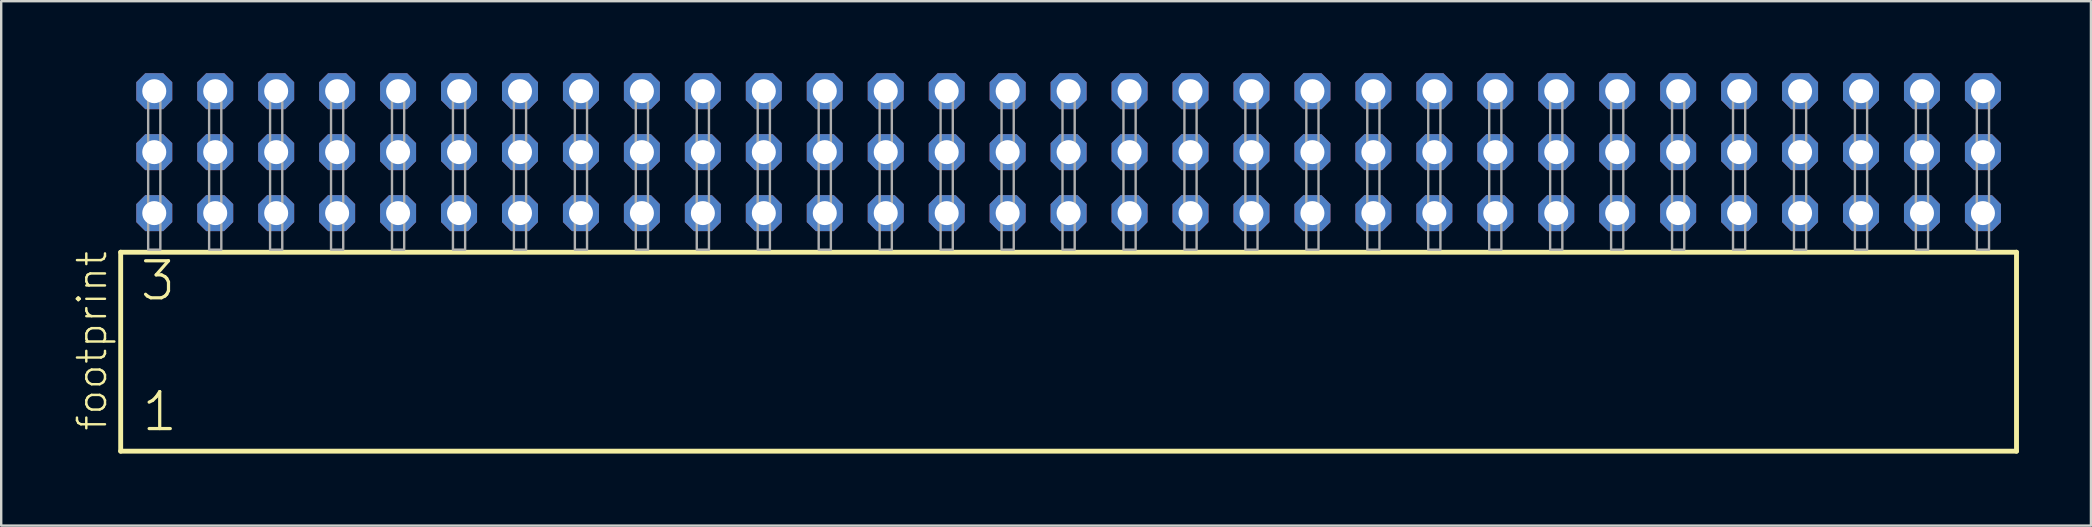
<source format=kicad_pcb>
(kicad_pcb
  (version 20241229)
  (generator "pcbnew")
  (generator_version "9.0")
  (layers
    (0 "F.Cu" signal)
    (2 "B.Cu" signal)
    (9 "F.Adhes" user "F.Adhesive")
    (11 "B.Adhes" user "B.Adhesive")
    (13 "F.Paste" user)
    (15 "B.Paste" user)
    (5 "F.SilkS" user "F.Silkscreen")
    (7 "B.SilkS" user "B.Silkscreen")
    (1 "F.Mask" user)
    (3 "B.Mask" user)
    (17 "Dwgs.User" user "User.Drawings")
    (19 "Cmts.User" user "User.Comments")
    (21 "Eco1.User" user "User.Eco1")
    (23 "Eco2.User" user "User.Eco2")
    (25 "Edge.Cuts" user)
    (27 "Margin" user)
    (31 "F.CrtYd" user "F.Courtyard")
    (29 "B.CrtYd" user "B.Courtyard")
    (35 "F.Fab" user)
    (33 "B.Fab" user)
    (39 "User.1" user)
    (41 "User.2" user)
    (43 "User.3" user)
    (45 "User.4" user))
  (footprint "footprint"
    (layer "F.Cu")
    (at 41.478 7.354)
    (property "Reference" "footprint" (at -40.005 7.62 90) (layer "F.SilkS") (effects (font (size 1.168 1.168) (thickness 0.102)) (justify left bottom)))
    (fp_line (start -39.499 0.106) (end -39.499 8.396) (stroke (width 0.203) (type solid)) (layer "F.SilkS"))
    (fp_line (start -39.499 8.396) (end 39.499 8.396) (stroke (width 0.203) (type solid)) (layer "F.SilkS"))
    (fp_line (start 39.499 0.106) (end -39.499 0.106) (stroke (width 0.203) (type solid)) (layer "F.SilkS"))
    (fp_line (start 39.499 8.396) (end 39.499 0.106) (stroke (width 0.203) (type solid)) (layer "F.SilkS"))
    (fp_poly (pts (xy -38.354 0) (xy -37.846 0) (xy -37.846 -6.858) (xy -38.354 -6.858)) (stroke (width 0.1) (type solid)) (fill no) (layer "F.Fab"))
    (fp_poly (pts (xy -35.814 0) (xy -35.306 0) (xy -35.306 -6.858) (xy -35.814 -6.858)) (stroke (width 0.1) (type solid)) (fill no) (layer "F.Fab"))
    (fp_poly (pts (xy -33.274 0) (xy -32.766 0) (xy -32.766 -6.858) (xy -33.274 -6.858)) (stroke (width 0.1) (type solid)) (fill no) (layer "F.Fab"))
    (fp_poly (pts (xy -30.734 0) (xy -30.226 0) (xy -30.226 -6.858) (xy -30.734 -6.858)) (stroke (width 0.1) (type solid)) (fill no) (layer "F.Fab"))
    (fp_poly (pts (xy -28.194 0) (xy -27.686 0) (xy -27.686 -6.858) (xy -28.194 -6.858)) (stroke (width 0.1) (type solid)) (fill no) (layer "F.Fab"))
    (fp_poly (pts (xy -25.654 0) (xy -25.146 0) (xy -25.146 -6.858) (xy -25.654 -6.858)) (stroke (width 0.1) (type solid)) (fill no) (layer "F.Fab"))
    (fp_poly (pts (xy -23.114 0) (xy -22.606 0) (xy -22.606 -6.858) (xy -23.114 -6.858)) (stroke (width 0.1) (type solid)) (fill no) (layer "F.Fab"))
    (fp_poly (pts (xy -20.574 0) (xy -20.066 0) (xy -20.066 -6.858) (xy -20.574 -6.858)) (stroke (width 0.1) (type solid)) (fill no) (layer "F.Fab"))
    (fp_poly (pts (xy -18.034 0) (xy -17.526 0) (xy -17.526 -6.858) (xy -18.034 -6.858)) (stroke (width 0.1) (type solid)) (fill no) (layer "F.Fab"))
    (fp_poly (pts (xy -15.494 0) (xy -14.986 0) (xy -14.986 -6.858) (xy -15.494 -6.858)) (stroke (width 0.1) (type solid)) (fill no) (layer "F.Fab"))
    (fp_poly (pts (xy -12.954 0) (xy -12.446 0) (xy -12.446 -6.858) (xy -12.954 -6.858)) (stroke (width 0.1) (type solid)) (fill no) (layer "F.Fab"))
    (fp_poly (pts (xy -10.414 0) (xy -9.906 0) (xy -9.906 -6.858) (xy -10.414 -6.858)) (stroke (width 0.1) (type solid)) (fill no) (layer "F.Fab"))
    (fp_poly (pts (xy -7.874 0) (xy -7.366 0) (xy -7.366 -6.858) (xy -7.874 -6.858)) (stroke (width 0.1) (type solid)) (fill no) (layer "F.Fab"))
    (fp_poly (pts (xy -5.334 0) (xy -4.826 0) (xy -4.826 -6.858) (xy -5.334 -6.858)) (stroke (width 0.1) (type solid)) (fill no) (layer "F.Fab"))
    (fp_poly (pts (xy -2.794 0) (xy -2.286 0) (xy -2.286 -6.858) (xy -2.794 -6.858)) (stroke (width 0.1) (type solid)) (fill no) (layer "F.Fab"))
    (fp_poly (pts (xy -0.254 0) (xy 0.254 0) (xy 0.254 -6.858) (xy -0.254 -6.858)) (stroke (width 0.1) (type solid)) (fill no) (layer "F.Fab"))
    (fp_poly (pts (xy 2.286 0) (xy 2.794 0) (xy 2.794 -6.858) (xy 2.286 -6.858)) (stroke (width 0.1) (type solid)) (fill no) (layer "F.Fab"))
    (fp_poly (pts (xy 4.826 0) (xy 5.334 0) (xy 5.334 -6.858) (xy 4.826 -6.858)) (stroke (width 0.1) (type solid)) (fill no) (layer "F.Fab"))
    (fp_poly (pts (xy 7.366 0) (xy 7.874 0) (xy 7.874 -6.858) (xy 7.366 -6.858)) (stroke (width 0.1) (type solid)) (fill no) (layer "F.Fab"))
    (fp_poly (pts (xy 9.906 0) (xy 10.414 0) (xy 10.414 -6.858) (xy 9.906 -6.858)) (stroke (width 0.1) (type solid)) (fill no) (layer "F.Fab"))
    (fp_poly (pts (xy 12.446 0) (xy 12.954 0) (xy 12.954 -6.858) (xy 12.446 -6.858)) (stroke (width 0.1) (type solid)) (fill no) (layer "F.Fab"))
    (fp_poly (pts (xy 14.986 0) (xy 15.494 0) (xy 15.494 -6.858) (xy 14.986 -6.858)) (stroke (width 0.1) (type solid)) (fill no) (layer "F.Fab"))
    (fp_poly (pts (xy 17.526 0) (xy 18.034 0) (xy 18.034 -6.858) (xy 17.526 -6.858)) (stroke (width 0.1) (type solid)) (fill no) (layer "F.Fab"))
    (fp_poly (pts (xy 20.066 0) (xy 20.574 0) (xy 20.574 -6.858) (xy 20.066 -6.858)) (stroke (width 0.1) (type solid)) (fill no) (layer "F.Fab"))
    (fp_poly (pts (xy 22.606 0) (xy 23.114 0) (xy 23.114 -6.858) (xy 22.606 -6.858)) (stroke (width 0.1) (type solid)) (fill no) (layer "F.Fab"))
    (fp_poly (pts (xy 25.146 0) (xy 25.654 0) (xy 25.654 -6.858) (xy 25.146 -6.858)) (stroke (width 0.1) (type solid)) (fill no) (layer "F.Fab"))
    (fp_poly (pts (xy 27.686 0) (xy 28.194 0) (xy 28.194 -6.858) (xy 27.686 -6.858)) (stroke (width 0.1) (type solid)) (fill no) (layer "F.Fab"))
    (fp_poly (pts (xy 30.226 0) (xy 30.734 0) (xy 30.734 -6.858) (xy 30.226 -6.858)) (stroke (width 0.1) (type solid)) (fill no) (layer "F.Fab"))
    (fp_poly (pts (xy 32.766 0) (xy 33.274 0) (xy 33.274 -6.858) (xy 32.766 -6.858)) (stroke (width 0.1) (type solid)) (fill no) (layer "F.Fab"))
    (fp_poly (pts (xy 35.306 0) (xy 35.814 0) (xy 35.814 -6.858) (xy 35.306 -6.858)) (stroke (width 0.1) (type solid)) (fill no) (layer "F.Fab"))
    (fp_poly (pts (xy 37.846 0) (xy 38.354 0) (xy 38.354 -6.858) (xy 37.846 -6.858)) (stroke (width 0.1) (type solid)) (fill no) (layer "F.Fab"))
    (fp_text user "1" (at -38.695 7.65 0) (layer "F.SilkS") (effects (font (size 1.542 1.542) (thickness 0.134)) (justify left bottom)))
    (fp_text user "3" (at -38.77 2.2 0) (layer "F.SilkS") (effects (font (size 1.542 1.542) (thickness 0.134)) (justify left bottom)))
    (pad "1" thru_hole roundrect (at -38.1 -1.524) (size 1.5 1.5) (drill 1) (layers "*.Cu" "*.Mask") (roundrect_rratio 0.25) (chamfer_ratio 0.25) (chamfer top_left top_right bottom_left bottom_right))
    (pad "2" thru_hole roundrect (at -38.1 -4.064) (size 1.5 1.5) (drill 1) (layers "*.Cu" "*.Mask") (roundrect_rratio 0.25) (chamfer_ratio 0.25) (chamfer top_left top_right bottom_left bottom_right))
    (pad "3" thru_hole roundrect (at -38.1 -6.604) (size 1.5 1.5) (drill 1) (layers "*.Cu" "*.Mask") (roundrect_rratio 0.25) (chamfer_ratio 0.25) (chamfer top_left top_right bottom_left bottom_right))
    (pad "4" thru_hole roundrect (at -35.56 -1.524) (size 1.5 1.5) (drill 1) (layers "*.Cu" "*.Mask") (roundrect_rratio 0.25) (chamfer_ratio 0.25) (chamfer top_left top_right bottom_left bottom_right))
    (pad "5" thru_hole roundrect (at -35.56 -4.064) (size 1.5 1.5) (drill 1) (layers "*.Cu" "*.Mask") (roundrect_rratio 0.25) (chamfer_ratio 0.25) (chamfer top_left top_right bottom_left bottom_right))
    (pad "6" thru_hole roundrect (at -35.56 -6.604) (size 1.5 1.5) (drill 1) (layers "*.Cu" "*.Mask") (roundrect_rratio 0.25) (chamfer_ratio 0.25) (chamfer top_left top_right bottom_left bottom_right))
    (pad "7" thru_hole roundrect (at -33.02 -1.524) (size 1.5 1.5) (drill 1) (layers "*.Cu" "*.Mask") (roundrect_rratio 0.25) (chamfer_ratio 0.25) (chamfer top_left top_right bottom_left bottom_right))
    (pad "8" thru_hole roundrect (at -33.02 -4.064) (size 1.5 1.5) (drill 1) (layers "*.Cu" "*.Mask") (roundrect_rratio 0.25) (chamfer_ratio 0.25) (chamfer top_left top_right bottom_left bottom_right))
    (pad "9" thru_hole roundrect (at -33.02 -6.604) (size 1.5 1.5) (drill 1) (layers "*.Cu" "*.Mask") (roundrect_rratio 0.25) (chamfer_ratio 0.25) (chamfer top_left top_right bottom_left bottom_right))
    (pad "10" thru_hole roundrect (at -30.48 -1.524) (size 1.5 1.5) (drill 1) (layers "*.Cu" "*.Mask") (roundrect_rratio 0.25) (chamfer_ratio 0.25) (chamfer top_left top_right bottom_left bottom_right))
    (pad "11" thru_hole roundrect (at -30.48 -4.064) (size 1.5 1.5) (drill 1) (layers "*.Cu" "*.Mask") (roundrect_rratio 0.25) (chamfer_ratio 0.25) (chamfer top_left top_right bottom_left bottom_right))
    (pad "12" thru_hole roundrect (at -30.48 -6.604) (size 1.5 1.5) (drill 1) (layers "*.Cu" "*.Mask") (roundrect_rratio 0.25) (chamfer_ratio 0.25) (chamfer top_left top_right bottom_left bottom_right))
    (pad "13" thru_hole roundrect (at -27.94 -1.524) (size 1.5 1.5) (drill 1) (layers "*.Cu" "*.Mask") (roundrect_rratio 0.25) (chamfer_ratio 0.25) (chamfer top_left top_right bottom_left bottom_right))
    (pad "14" thru_hole roundrect (at -27.94 -4.064) (size 1.5 1.5) (drill 1) (layers "*.Cu" "*.Mask") (roundrect_rratio 0.25) (chamfer_ratio 0.25) (chamfer top_left top_right bottom_left bottom_right))
    (pad "15" thru_hole roundrect (at -27.94 -6.604) (size 1.5 1.5) (drill 1) (layers "*.Cu" "*.Mask") (roundrect_rratio 0.25) (chamfer_ratio 0.25) (chamfer top_left top_right bottom_left bottom_right))
    (pad "16" thru_hole roundrect (at -25.4 -1.524) (size 1.5 1.5) (drill 1) (layers "*.Cu" "*.Mask") (roundrect_rratio 0.25) (chamfer_ratio 0.25) (chamfer top_left top_right bottom_left bottom_right))
    (pad "17" thru_hole roundrect (at -25.4 -4.064) (size 1.5 1.5) (drill 1) (layers "*.Cu" "*.Mask") (roundrect_rratio 0.25) (chamfer_ratio 0.25) (chamfer top_left top_right bottom_left bottom_right))
    (pad "18" thru_hole roundrect (at -25.4 -6.604) (size 1.5 1.5) (drill 1) (layers "*.Cu" "*.Mask") (roundrect_rratio 0.25) (chamfer_ratio 0.25) (chamfer top_left top_right bottom_left bottom_right))
    (pad "19" thru_hole roundrect (at -22.86 -1.524) (size 1.5 1.5) (drill 1) (layers "*.Cu" "*.Mask") (roundrect_rratio 0.25) (chamfer_ratio 0.25) (chamfer top_left top_right bottom_left bottom_right))
    (pad "20" thru_hole roundrect (at -22.86 -4.064) (size 1.5 1.5) (drill 1) (layers "*.Cu" "*.Mask") (roundrect_rratio 0.25) (chamfer_ratio 0.25) (chamfer top_left top_right bottom_left bottom_right))
    (pad "21" thru_hole roundrect (at -22.86 -6.604) (size 1.5 1.5) (drill 1) (layers "*.Cu" "*.Mask") (roundrect_rratio 0.25) (chamfer_ratio 0.25) (chamfer top_left top_right bottom_left bottom_right))
    (pad "22" thru_hole roundrect (at -20.32 -1.524) (size 1.5 1.5) (drill 1) (layers "*.Cu" "*.Mask") (roundrect_rratio 0.25) (chamfer_ratio 0.25) (chamfer top_left top_right bottom_left bottom_right))
    (pad "23" thru_hole roundrect (at -20.32 -4.064) (size 1.5 1.5) (drill 1) (layers "*.Cu" "*.Mask") (roundrect_rratio 0.25) (chamfer_ratio 0.25) (chamfer top_left top_right bottom_left bottom_right))
    (pad "24" thru_hole roundrect (at -20.32 -6.604) (size 1.5 1.5) (drill 1) (layers "*.Cu" "*.Mask") (roundrect_rratio 0.25) (chamfer_ratio 0.25) (chamfer top_left top_right bottom_left bottom_right))
    (pad "25" thru_hole roundrect (at -17.78 -1.524) (size 1.5 1.5) (drill 1) (layers "*.Cu" "*.Mask") (roundrect_rratio 0.25) (chamfer_ratio 0.25) (chamfer top_left top_right bottom_left bottom_right))
    (pad "26" thru_hole roundrect (at -17.78 -4.064) (size 1.5 1.5) (drill 1) (layers "*.Cu" "*.Mask") (roundrect_rratio 0.25) (chamfer_ratio 0.25) (chamfer top_left top_right bottom_left bottom_right))
    (pad "27" thru_hole roundrect (at -17.78 -6.604) (size 1.5 1.5) (drill 1) (layers "*.Cu" "*.Mask") (roundrect_rratio 0.25) (chamfer_ratio 0.25) (chamfer top_left top_right bottom_left bottom_right))
    (pad "28" thru_hole roundrect (at -15.24 -1.524) (size 1.5 1.5) (drill 1) (layers "*.Cu" "*.Mask") (roundrect_rratio 0.25) (chamfer_ratio 0.25) (chamfer top_left top_right bottom_left bottom_right))
    (pad "29" thru_hole roundrect (at -15.24 -4.064) (size 1.5 1.5) (drill 1) (layers "*.Cu" "*.Mask") (roundrect_rratio 0.25) (chamfer_ratio 0.25) (chamfer top_left top_right bottom_left bottom_right))
    (pad "30" thru_hole roundrect (at -15.24 -6.604) (size 1.5 1.5) (drill 1) (layers "*.Cu" "*.Mask") (roundrect_rratio 0.25) (chamfer_ratio 0.25) (chamfer top_left top_right bottom_left bottom_right))
    (pad "31" thru_hole roundrect (at -12.7 -1.524) (size 1.5 1.5) (drill 1) (layers "*.Cu" "*.Mask") (roundrect_rratio 0.25) (chamfer_ratio 0.25) (chamfer top_left top_right bottom_left bottom_right))
    (pad "32" thru_hole roundrect (at -12.7 -4.064) (size 1.5 1.5) (drill 1) (layers "*.Cu" "*.Mask") (roundrect_rratio 0.25) (chamfer_ratio 0.25) (chamfer top_left top_right bottom_left bottom_right))
    (pad "33" thru_hole roundrect (at -12.7 -6.604) (size 1.5 1.5) (drill 1) (layers "*.Cu" "*.Mask") (roundrect_rratio 0.25) (chamfer_ratio 0.25) (chamfer top_left top_right bottom_left bottom_right))
    (pad "34" thru_hole roundrect (at -10.16 -1.524) (size 1.5 1.5) (drill 1) (layers "*.Cu" "*.Mask") (roundrect_rratio 0.25) (chamfer_ratio 0.25) (chamfer top_left top_right bottom_left bottom_right))
    (pad "35" thru_hole roundrect (at -10.16 -4.064) (size 1.5 1.5) (drill 1) (layers "*.Cu" "*.Mask") (roundrect_rratio 0.25) (chamfer_ratio 0.25) (chamfer top_left top_right bottom_left bottom_right))
    (pad "36" thru_hole roundrect (at -10.16 -6.604) (size 1.5 1.5) (drill 1) (layers "*.Cu" "*.Mask") (roundrect_rratio 0.25) (chamfer_ratio 0.25) (chamfer top_left top_right bottom_left bottom_right))
    (pad "37" thru_hole roundrect (at -7.62 -1.524) (size 1.5 1.5) (drill 1) (layers "*.Cu" "*.Mask") (roundrect_rratio 0.25) (chamfer_ratio 0.25) (chamfer top_left top_right bottom_left bottom_right))
    (pad "38" thru_hole roundrect (at -7.62 -4.064) (size 1.5 1.5) (drill 1) (layers "*.Cu" "*.Mask") (roundrect_rratio 0.25) (chamfer_ratio 0.25) (chamfer top_left top_right bottom_left bottom_right))
    (pad "39" thru_hole roundrect (at -7.62 -6.604) (size 1.5 1.5) (drill 1) (layers "*.Cu" "*.Mask") (roundrect_rratio 0.25) (chamfer_ratio 0.25) (chamfer top_left top_right bottom_left bottom_right))
    (pad "40" thru_hole roundrect (at -5.08 -1.524) (size 1.5 1.5) (drill 1) (layers "*.Cu" "*.Mask") (roundrect_rratio 0.25) (chamfer_ratio 0.25) (chamfer top_left top_right bottom_left bottom_right))
    (pad "41" thru_hole roundrect (at -5.08 -4.064) (size 1.5 1.5) (drill 1) (layers "*.Cu" "*.Mask") (roundrect_rratio 0.25) (chamfer_ratio 0.25) (chamfer top_left top_right bottom_left bottom_right))
    (pad "42" thru_hole roundrect (at -5.08 -6.604) (size 1.5 1.5) (drill 1) (layers "*.Cu" "*.Mask") (roundrect_rratio 0.25) (chamfer_ratio 0.25) (chamfer top_left top_right bottom_left bottom_right))
    (pad "43" thru_hole roundrect (at -2.54 -1.524) (size 1.5 1.5) (drill 1) (layers "*.Cu" "*.Mask") (roundrect_rratio 0.25) (chamfer_ratio 0.25) (chamfer top_left top_right bottom_left bottom_right))
    (pad "44" thru_hole roundrect (at -2.54 -4.064) (size 1.5 1.5) (drill 1) (layers "*.Cu" "*.Mask") (roundrect_rratio 0.25) (chamfer_ratio 0.25) (chamfer top_left top_right bottom_left bottom_right))
    (pad "45" thru_hole roundrect (at -2.54 -6.604) (size 1.5 1.5) (drill 1) (layers "*.Cu" "*.Mask") (roundrect_rratio 0.25) (chamfer_ratio 0.25) (chamfer top_left top_right bottom_left bottom_right))
    (pad "46" thru_hole roundrect (at 0 -1.524) (size 1.5 1.5) (drill 1) (layers "*.Cu" "*.Mask") (roundrect_rratio 0.25) (chamfer_ratio 0.25) (chamfer top_left top_right bottom_left bottom_right))
    (pad "47" thru_hole roundrect (at 0 -4.064) (size 1.5 1.5) (drill 1) (layers "*.Cu" "*.Mask") (roundrect_rratio 0.25) (chamfer_ratio 0.25) (chamfer top_left top_right bottom_left bottom_right))
    (pad "48" thru_hole roundrect (at 0 -6.604) (size 1.5 1.5) (drill 1) (layers "*.Cu" "*.Mask") (roundrect_rratio 0.25) (chamfer_ratio 0.25) (chamfer top_left top_right bottom_left bottom_right))
    (pad "49" thru_hole roundrect (at 2.54 -1.524) (size 1.5 1.5) (drill 1) (layers "*.Cu" "*.Mask") (roundrect_rratio 0.25) (chamfer_ratio 0.25) (chamfer top_left top_right bottom_left bottom_right))
    (pad "50" thru_hole roundrect (at 2.54 -4.064) (size 1.5 1.5) (drill 1) (layers "*.Cu" "*.Mask") (roundrect_rratio 0.25) (chamfer_ratio 0.25) (chamfer top_left top_right bottom_left bottom_right))
    (pad "51" thru_hole roundrect (at 2.54 -6.604) (size 1.5 1.5) (drill 1) (layers "*.Cu" "*.Mask") (roundrect_rratio 0.25) (chamfer_ratio 0.25) (chamfer top_left top_right bottom_left bottom_right))
    (pad "52" thru_hole roundrect (at 5.08 -1.524) (size 1.5 1.5) (drill 1) (layers "*.Cu" "*.Mask") (roundrect_rratio 0.25) (chamfer_ratio 0.25) (chamfer top_left top_right bottom_left bottom_right))
    (pad "53" thru_hole roundrect (at 5.08 -4.064) (size 1.5 1.5) (drill 1) (layers "*.Cu" "*.Mask") (roundrect_rratio 0.25) (chamfer_ratio 0.25) (chamfer top_left top_right bottom_left bottom_right))
    (pad "54" thru_hole roundrect (at 5.08 -6.604) (size 1.5 1.5) (drill 1) (layers "*.Cu" "*.Mask") (roundrect_rratio 0.25) (chamfer_ratio 0.25) (chamfer top_left top_right bottom_left bottom_right))
    (pad "55" thru_hole roundrect (at 7.62 -1.524) (size 1.5 1.5) (drill 1) (layers "*.Cu" "*.Mask") (roundrect_rratio 0.25) (chamfer_ratio 0.25) (chamfer top_left top_right bottom_left bottom_right))
    (pad "56" thru_hole roundrect (at 7.62 -4.064) (size 1.5 1.5) (drill 1) (layers "*.Cu" "*.Mask") (roundrect_rratio 0.25) (chamfer_ratio 0.25) (chamfer top_left top_right bottom_left bottom_right))
    (pad "57" thru_hole roundrect (at 7.62 -6.604) (size 1.5 1.5) (drill 1) (layers "*.Cu" "*.Mask") (roundrect_rratio 0.25) (chamfer_ratio 0.25) (chamfer top_left top_right bottom_left bottom_right))
    (pad "58" thru_hole roundrect (at 10.16 -1.524) (size 1.5 1.5) (drill 1) (layers "*.Cu" "*.Mask") (roundrect_rratio 0.25) (chamfer_ratio 0.25) (chamfer top_left top_right bottom_left bottom_right))
    (pad "59" thru_hole roundrect (at 10.16 -4.064) (size 1.5 1.5) (drill 1) (layers "*.Cu" "*.Mask") (roundrect_rratio 0.25) (chamfer_ratio 0.25) (chamfer top_left top_right bottom_left bottom_right))
    (pad "60" thru_hole roundrect (at 10.16 -6.604) (size 1.5 1.5) (drill 1) (layers "*.Cu" "*.Mask") (roundrect_rratio 0.25) (chamfer_ratio 0.25) (chamfer top_left top_right bottom_left bottom_right))
    (pad "61" thru_hole roundrect (at 12.7 -1.524) (size 1.5 1.5) (drill 1) (layers "*.Cu" "*.Mask") (roundrect_rratio 0.25) (chamfer_ratio 0.25) (chamfer top_left top_right bottom_left bottom_right))
    (pad "62" thru_hole roundrect (at 12.7 -4.064) (size 1.5 1.5) (drill 1) (layers "*.Cu" "*.Mask") (roundrect_rratio 0.25) (chamfer_ratio 0.25) (chamfer top_left top_right bottom_left bottom_right))
    (pad "63" thru_hole roundrect (at 12.7 -6.604) (size 1.5 1.5) (drill 1) (layers "*.Cu" "*.Mask") (roundrect_rratio 0.25) (chamfer_ratio 0.25) (chamfer top_left top_right bottom_left bottom_right))
    (pad "64" thru_hole roundrect (at 15.24 -1.524) (size 1.5 1.5) (drill 1) (layers "*.Cu" "*.Mask") (roundrect_rratio 0.25) (chamfer_ratio 0.25) (chamfer top_left top_right bottom_left bottom_right))
    (pad "65" thru_hole roundrect (at 15.24 -4.064) (size 1.5 1.5) (drill 1) (layers "*.Cu" "*.Mask") (roundrect_rratio 0.25) (chamfer_ratio 0.25) (chamfer top_left top_right bottom_left bottom_right))
    (pad "66" thru_hole roundrect (at 15.24 -6.604) (size 1.5 1.5) (drill 1) (layers "*.Cu" "*.Mask") (roundrect_rratio 0.25) (chamfer_ratio 0.25) (chamfer top_left top_right bottom_left bottom_right))
    (pad "67" thru_hole roundrect (at 17.78 -1.524) (size 1.5 1.5) (drill 1) (layers "*.Cu" "*.Mask") (roundrect_rratio 0.25) (chamfer_ratio 0.25) (chamfer top_left top_right bottom_left bottom_right))
    (pad "68" thru_hole roundrect (at 17.78 -4.064) (size 1.5 1.5) (drill 1) (layers "*.Cu" "*.Mask") (roundrect_rratio 0.25) (chamfer_ratio 0.25) (chamfer top_left top_right bottom_left bottom_right))
    (pad "69" thru_hole roundrect (at 17.78 -6.604) (size 1.5 1.5) (drill 1) (layers "*.Cu" "*.Mask") (roundrect_rratio 0.25) (chamfer_ratio 0.25) (chamfer top_left top_right bottom_left bottom_right))
    (pad "70" thru_hole roundrect (at 20.32 -1.524) (size 1.5 1.5) (drill 1) (layers "*.Cu" "*.Mask") (roundrect_rratio 0.25) (chamfer_ratio 0.25) (chamfer top_left top_right bottom_left bottom_right))
    (pad "71" thru_hole roundrect (at 20.32 -4.064) (size 1.5 1.5) (drill 1) (layers "*.Cu" "*.Mask") (roundrect_rratio 0.25) (chamfer_ratio 0.25) (chamfer top_left top_right bottom_left bottom_right))
    (pad "72" thru_hole roundrect (at 20.32 -6.604) (size 1.5 1.5) (drill 1) (layers "*.Cu" "*.Mask") (roundrect_rratio 0.25) (chamfer_ratio 0.25) (chamfer top_left top_right bottom_left bottom_right))
    (pad "73" thru_hole roundrect (at 22.86 -1.524) (size 1.5 1.5) (drill 1) (layers "*.Cu" "*.Mask") (roundrect_rratio 0.25) (chamfer_ratio 0.25) (chamfer top_left top_right bottom_left bottom_right))
    (pad "74" thru_hole roundrect (at 22.86 -4.064) (size 1.5 1.5) (drill 1) (layers "*.Cu" "*.Mask") (roundrect_rratio 0.25) (chamfer_ratio 0.25) (chamfer top_left top_right bottom_left bottom_right))
    (pad "75" thru_hole roundrect (at 22.86 -6.604) (size 1.5 1.5) (drill 1) (layers "*.Cu" "*.Mask") (roundrect_rratio 0.25) (chamfer_ratio 0.25) (chamfer top_left top_right bottom_left bottom_right))
    (pad "76" thru_hole roundrect (at 25.4 -1.524) (size 1.5 1.5) (drill 1) (layers "*.Cu" "*.Mask") (roundrect_rratio 0.25) (chamfer_ratio 0.25) (chamfer top_left top_right bottom_left bottom_right))
    (pad "77" thru_hole roundrect (at 25.4 -4.064) (size 1.5 1.5) (drill 1) (layers "*.Cu" "*.Mask") (roundrect_rratio 0.25) (chamfer_ratio 0.25) (chamfer top_left top_right bottom_left bottom_right))
    (pad "78" thru_hole roundrect (at 25.4 -6.604) (size 1.5 1.5) (drill 1) (layers "*.Cu" "*.Mask") (roundrect_rratio 0.25) (chamfer_ratio 0.25) (chamfer top_left top_right bottom_left bottom_right))
    (pad "79" thru_hole roundrect (at 27.94 -1.524) (size 1.5 1.5) (drill 1) (layers "*.Cu" "*.Mask") (roundrect_rratio 0.25) (chamfer_ratio 0.25) (chamfer top_left top_right bottom_left bottom_right))
    (pad "80" thru_hole roundrect (at 27.94 -4.064) (size 1.5 1.5) (drill 1) (layers "*.Cu" "*.Mask") (roundrect_rratio 0.25) (chamfer_ratio 0.25) (chamfer top_left top_right bottom_left bottom_right))
    (pad "81" thru_hole roundrect (at 27.94 -6.604) (size 1.5 1.5) (drill 1) (layers "*.Cu" "*.Mask") (roundrect_rratio 0.25) (chamfer_ratio 0.25) (chamfer top_left top_right bottom_left bottom_right))
    (pad "82" thru_hole roundrect (at 30.48 -1.524) (size 1.5 1.5) (drill 1) (layers "*.Cu" "*.Mask") (roundrect_rratio 0.25) (chamfer_ratio 0.25) (chamfer top_left top_right bottom_left bottom_right))
    (pad "83" thru_hole roundrect (at 30.48 -4.064) (size 1.5 1.5) (drill 1) (layers "*.Cu" "*.Mask") (roundrect_rratio 0.25) (chamfer_ratio 0.25) (chamfer top_left top_right bottom_left bottom_right))
    (pad "84" thru_hole roundrect (at 30.48 -6.604) (size 1.5 1.5) (drill 1) (layers "*.Cu" "*.Mask") (roundrect_rratio 0.25) (chamfer_ratio 0.25) (chamfer top_left top_right bottom_left bottom_right))
    (pad "85" thru_hole roundrect (at 33.02 -1.524) (size 1.5 1.5) (drill 1) (layers "*.Cu" "*.Mask") (roundrect_rratio 0.25) (chamfer_ratio 0.25) (chamfer top_left top_right bottom_left bottom_right))
    (pad "86" thru_hole roundrect (at 33.02 -4.064) (size 1.5 1.5) (drill 1) (layers "*.Cu" "*.Mask") (roundrect_rratio 0.25) (chamfer_ratio 0.25) (chamfer top_left top_right bottom_left bottom_right))
    (pad "87" thru_hole roundrect (at 33.02 -6.604) (size 1.5 1.5) (drill 1) (layers "*.Cu" "*.Mask") (roundrect_rratio 0.25) (chamfer_ratio 0.25) (chamfer top_left top_right bottom_left bottom_right))
    (pad "88" thru_hole roundrect (at 35.56 -1.524) (size 1.5 1.5) (drill 1) (layers "*.Cu" "*.Mask") (roundrect_rratio 0.25) (chamfer_ratio 0.25) (chamfer top_left top_right bottom_left bottom_right))
    (pad "89" thru_hole roundrect (at 35.56 -4.064) (size 1.5 1.5) (drill 1) (layers "*.Cu" "*.Mask") (roundrect_rratio 0.25) (chamfer_ratio 0.25) (chamfer top_left top_right bottom_left bottom_right))
    (pad "90" thru_hole roundrect (at 35.56 -6.604) (size 1.5 1.5) (drill 1) (layers "*.Cu" "*.Mask") (roundrect_rratio 0.25) (chamfer_ratio 0.25) (chamfer top_left top_right bottom_left bottom_right))
    (pad "91" thru_hole roundrect (at 38.1 -1.524) (size 1.5 1.5) (drill 1) (layers "*.Cu" "*.Mask") (roundrect_rratio 0.25) (chamfer_ratio 0.25) (chamfer top_left top_right bottom_left bottom_right))
    (pad "92" thru_hole roundrect (at 38.1 -4.064) (size 1.5 1.5) (drill 1) (layers "*.Cu" "*.Mask") (roundrect_rratio 0.25) (chamfer_ratio 0.25) (chamfer top_left top_right bottom_left bottom_right))
    (pad "93" thru_hole roundrect (at 38.1 -6.604) (size 1.5 1.5) (drill 1) (layers "*.Cu" "*.Mask") (roundrect_rratio 0.25) (chamfer_ratio 0.25) (chamfer top_left top_right bottom_left bottom_right)))
  (gr_rect
    (start -3 -3)
    (end 84.079 18.852)
    (stroke (width 0.1) (type default))
    (fill no)
    (layer "Edge.Cuts")))
</source>
